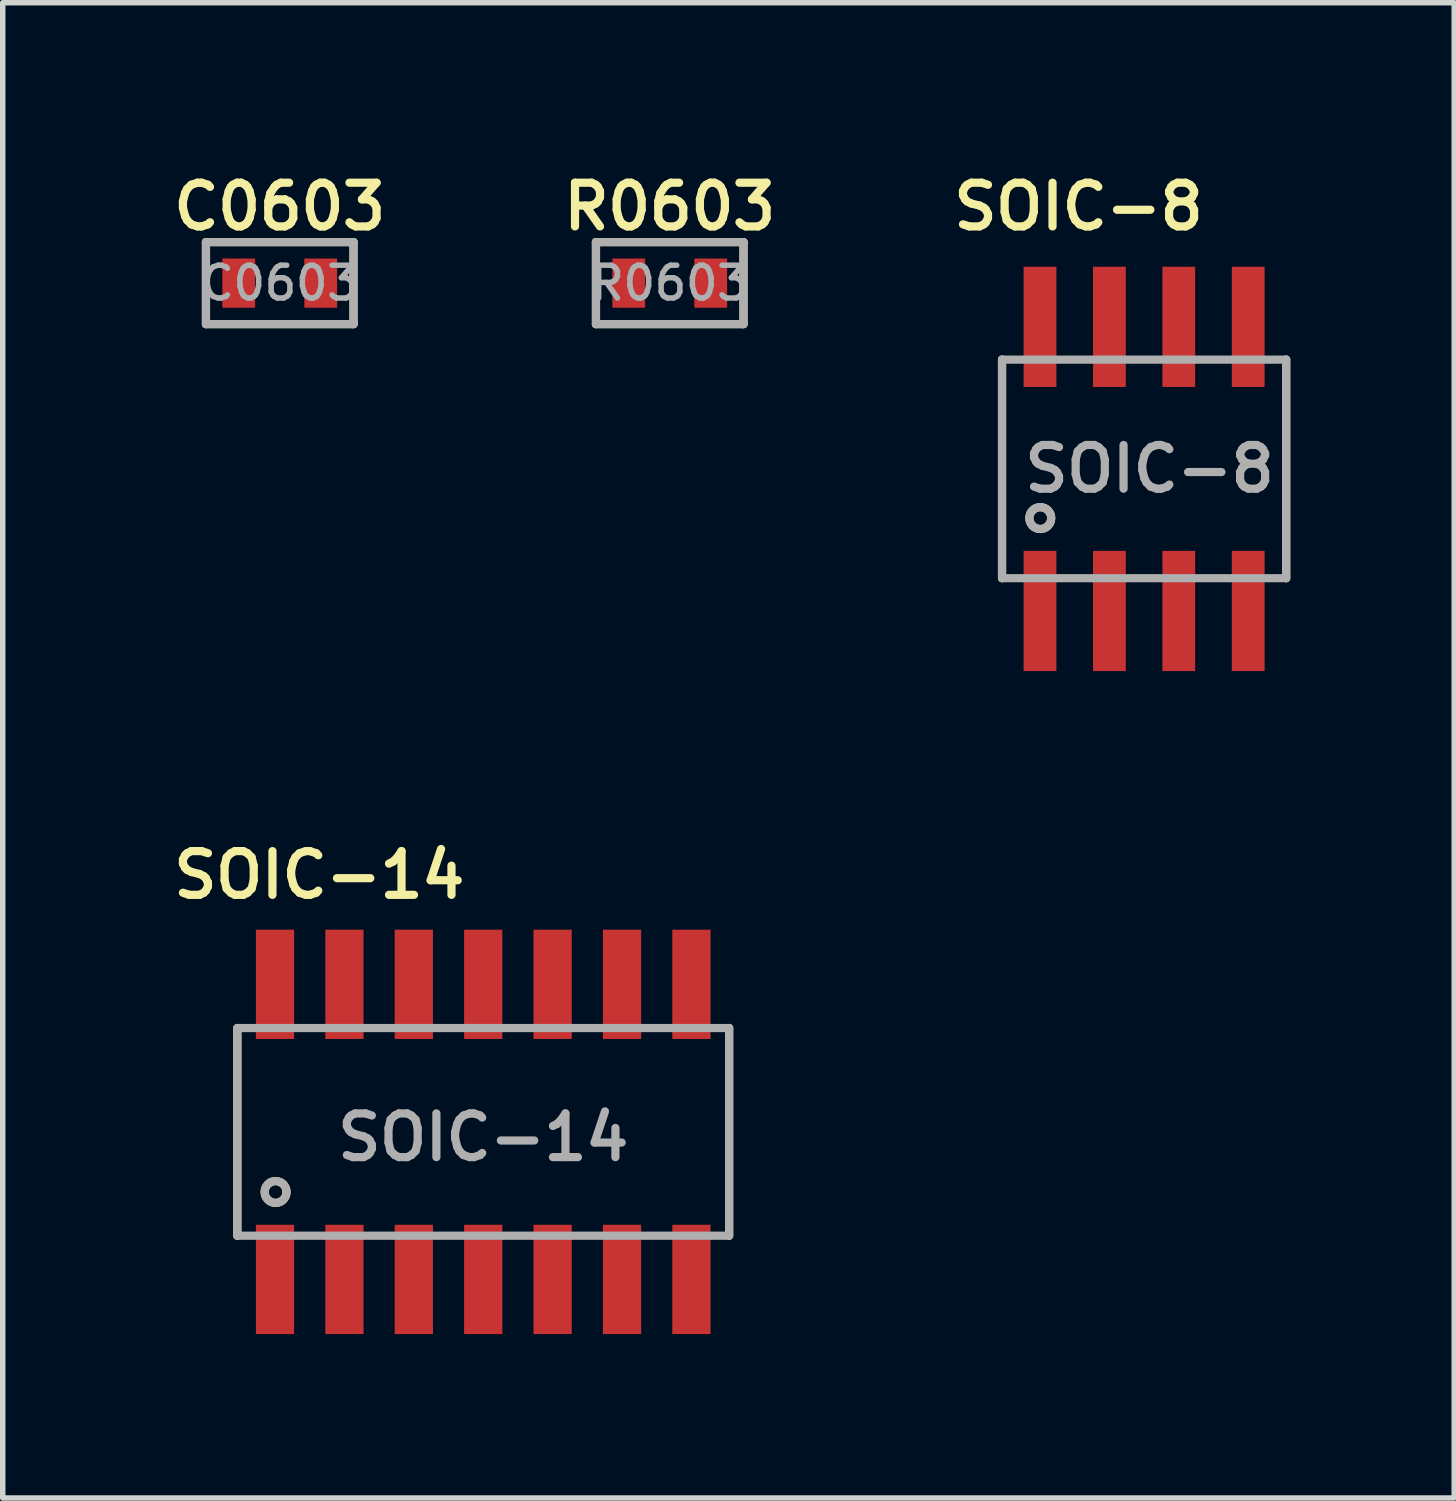
<source format=kicad_pcb>
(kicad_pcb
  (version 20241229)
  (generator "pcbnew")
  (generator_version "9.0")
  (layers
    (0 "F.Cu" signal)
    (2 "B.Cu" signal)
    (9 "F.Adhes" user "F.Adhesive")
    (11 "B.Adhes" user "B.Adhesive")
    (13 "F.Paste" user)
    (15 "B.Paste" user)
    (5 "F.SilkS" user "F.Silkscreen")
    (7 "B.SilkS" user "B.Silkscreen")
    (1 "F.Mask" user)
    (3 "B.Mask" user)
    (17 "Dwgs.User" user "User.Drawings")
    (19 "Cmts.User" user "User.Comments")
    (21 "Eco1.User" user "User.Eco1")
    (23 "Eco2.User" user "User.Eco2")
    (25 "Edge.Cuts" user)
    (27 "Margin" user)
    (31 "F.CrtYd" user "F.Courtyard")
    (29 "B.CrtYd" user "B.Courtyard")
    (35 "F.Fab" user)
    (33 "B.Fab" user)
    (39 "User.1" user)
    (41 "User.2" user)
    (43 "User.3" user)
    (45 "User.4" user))
  (footprint "R0603"
    (layer "F.Cu")
    (at 9.206 2.131)
    (property "Reference" "R0603" (at 0 -1.4 0) (layer "F.SilkS") (effects (font (size 0.8 0.8) (thickness 0.15) (bold yes))))
    (attr smd)
    (fp_line (start -1.35 -0.75) (end -1.35 0.75) (stroke (width 0.15) (type solid)) (layer "F.SilkS"))
    (fp_line (start -1.35 -0.75) (end 1.35 -0.75) (stroke (width 0.15) (type solid)) (layer "F.SilkS"))
    (fp_line (start -1.35 0.75) (end 1.35 0.75) (stroke (width 0.15) (type solid)) (layer "F.SilkS"))
    (fp_line (start 1.35 -0.75) (end 1.35 0.75) (stroke (width 0.15) (type solid)) (layer "F.SilkS"))
    (fp_line (start -1.35 -0.75) (end 1.35 -0.75) (stroke (width 0.15) (type solid)) (layer "F.Fab"))
    (fp_line (start -1.35 0.75) (end -1.35 -0.75) (stroke (width 0.15) (type solid)) (layer "F.Fab"))
    (fp_line (start 1.35 -0.75) (end 1.35 0.75) (stroke (width 0.15) (type solid)) (layer "F.Fab"))
    (fp_line (start 1.35 0.75) (end -1.35 0.75) (stroke (width 0.15) (type solid)) (layer "F.Fab"))
    (fp_text user "${REFERENCE}" (at 0 0 0) (layer "F.Fab") (effects (font (size 0.6 0.6) (thickness 0.1))))
    (pad "1" smd rect (at -0.75 0) (size 0.6 0.9) (layers "F.Cu" "F.Mask" "F.Paste"))
    (pad "2" smd rect (at 0.75 0) (size 0.6 0.9) (layers "F.Cu" "F.Mask" "F.Paste")))
  (footprint "SOIC-8"
    (layer "F.Cu")
    (at 17.887 5.531)
    (property "Reference" "SOIC-8" (at -1.2 -4.8 0) (unlocked yes) (layer "F.SilkS") (effects (font (size 0.8 0.8) (thickness 0.15) (bold yes))))
    (attr smd)
    (fp_line (start -2.6 -2) (end -2.6 2) (stroke (width 0.15) (type default)) (layer "F.SilkS"))
    (fp_line (start 2.6 -2) (end 2.6 2) (stroke (width 0.15) (type default)) (layer "F.SilkS"))
    (fp_circle (center -1.9 0.9) (end -1.7 0.9) (stroke (width 0.15) (type solid)) (fill no) (layer "F.SilkS"))
    (fp_line (start -2.6 -2) (end -2.6 2) (stroke (width 0.15) (type default)) (layer "F.Fab"))
    (fp_line (start -2.6 -2) (end 2.6 -2) (stroke (width 0.15) (type default)) (layer "F.Fab"))
    (fp_line (start -2.6 2) (end 2.6 2) (stroke (width 0.15) (type default)) (layer "F.Fab"))
    (fp_line (start 2.6 -2) (end 2.6 2) (stroke (width 0.15) (type default)) (layer "F.Fab"))
    (fp_circle (center -1.9 0.9) (end -1.7 0.9) (stroke (width 0.15) (type solid)) (fill no) (layer "F.Fab"))
    (fp_text user "${REFERENCE}" (at 0.1 0 0) (unlocked yes) (layer "F.Fab") (effects (font (size 0.8 0.8) (thickness 0.15))))
    (pad "1" smd rect (at -1.905 2.6) (size 0.6 2.2) (layers "F.Cu" "F.Mask" "F.Paste"))
    (pad "2" smd rect (at -0.635 2.6) (size 0.6 2.2) (layers "F.Cu" "F.Mask" "F.Paste"))
    (pad "3" smd rect (at 0.635 2.6) (size 0.6 2.2) (layers "F.Cu" "F.Mask" "F.Paste"))
    (pad "4" smd rect (at 1.905 2.6) (size 0.6 2.2) (layers "F.Cu" "F.Mask" "F.Paste"))
    (pad "5" smd rect (at 1.905 -2.6) (size 0.6 2.2) (layers "F.Cu" "F.Mask" "B.Adhes" "F.Paste"))
    (pad "6" smd rect (at 0.635 -2.6) (size 0.6 2.2) (layers "F.Cu" "F.Mask" "B.Adhes" "F.Paste"))
    (pad "7" smd rect (at -0.635 -2.6) (size 0.6 2.2) (layers "F.Cu" "F.Mask" "B.Adhes" "F.Paste"))
    (pad "8" smd rect (at -1.905 -2.6) (size 0.6 2.2) (layers "F.Cu" "F.Mask" "B.Adhes" "F.Paste")))
  (footprint "SOIC-14"
    (layer "F.Cu")
    (at 5.793 17.663)
    (property "Reference" "SOIC-14" (at -3 -4.7 0) (unlocked yes) (layer "F.SilkS") (effects (font (size 0.8 0.8) (thickness 0.15))))
    (attr smd)
    (fp_line (start -4.5 1.9) (end -4.5 -1.9) (stroke (width 0.15) (type default)) (layer "F.SilkS"))
    (fp_line (start 4.5 1.9) (end 4.5 -1.9) (stroke (width 0.15) (type default)) (layer "F.SilkS"))
    (fp_circle (center -3.8 1.1) (end -3.6 1.1) (stroke (width 0.15) (type solid)) (fill no) (layer "F.SilkS"))
    (fp_line (start -4.5 -1.9) (end 4.5 -1.9) (stroke (width 0.15) (type default)) (layer "F.Fab"))
    (fp_line (start -4.5 1.9) (end -4.5 -1.9) (stroke (width 0.15) (type default)) (layer "F.Fab"))
    (fp_line (start -4.5 1.9) (end 4.5 1.9) (stroke (width 0.15) (type default)) (layer "F.Fab"))
    (fp_line (start 4.5 1.9) (end 4.5 -1.9) (stroke (width 0.15) (type default)) (layer "F.Fab"))
    (fp_circle (center -3.8 1.1) (end -3.6 1.1) (stroke (width 0.15) (type solid)) (fill no) (layer "F.Fab"))
    (fp_text user "${REFERENCE}" (at 0 0.1 0) (unlocked yes) (layer "F.Fab") (effects (font (size 0.8 0.8) (thickness 0.15))))
    (pad "1" smd rect (at -3.81 2.7) (size 0.7 2) (layers "F.Cu" "F.Mask" "F.Paste"))
    (pad "2" smd rect (at -2.54 2.7) (size 0.7 2) (layers "F.Cu" "F.Mask" "F.Paste"))
    (pad "3" smd rect (at -1.27 2.7) (size 0.7 2) (layers "F.Cu" "F.Mask" "F.Paste"))
    (pad "4" smd rect (at 0 2.7) (size 0.7 2) (layers "F.Cu" "F.Mask" "F.Paste"))
    (pad "5" smd rect (at 1.27 2.7) (size 0.7 2) (layers "F.Cu" "F.Mask" "F.Paste"))
    (pad "6" smd rect (at 2.54 2.7) (size 0.7 2) (layers "F.Cu" "F.Mask" "F.Paste"))
    (pad "7" smd rect (at 3.81 2.7) (size 0.7 2) (layers "F.Cu" "F.Mask" "F.Paste"))
    (pad "8" smd rect (at 3.81 -2.7) (size 0.7 2) (layers "F.Cu" "F.Mask" "F.Paste"))
    (pad "9" smd rect (at 2.54 -2.7) (size 0.7 2) (layers "F.Cu" "F.Mask" "F.Paste"))
    (pad "10" smd rect (at 1.27 -2.7) (size 0.7 2) (layers "F.Cu" "F.Mask" "F.Paste"))
    (pad "11" smd rect (at 0 -2.7) (size 0.7 2) (layers "F.Cu" "F.Mask" "F.Paste"))
    (pad "12" smd rect (at -1.27 -2.7) (size 0.7 2) (layers "F.Cu" "F.Mask" "F.Paste"))
    (pad "13" smd rect (at -2.54 -2.7) (size 0.7 2) (layers "F.Cu" "F.Mask" "F.Paste"))
    (pad "14" smd rect (at -3.81 -2.7) (size 0.7 2) (layers "F.Cu" "F.Mask" "F.Paste")))
  (footprint "C0603"
    (layer "F.Cu")
    (at 2.069 2.131)
    (property "Reference" "C0603" (at 0 -1.4 0) (layer "F.SilkS") (effects (font (size 0.8 0.8) (thickness 0.15) (bold yes))))
    (attr smd)
    (fp_line (start -1.35 -0.75) (end -1.35 0.75) (stroke (width 0.15) (type solid)) (layer "F.SilkS"))
    (fp_line (start -1.35 -0.75) (end 1.35 -0.75) (stroke (width 0.15) (type solid)) (layer "F.SilkS"))
    (fp_line (start -1.35 0.75) (end 1.35 0.75) (stroke (width 0.15) (type solid)) (layer "F.SilkS"))
    (fp_line (start 1.35 -0.75) (end 1.35 0.75) (stroke (width 0.15) (type solid)) (layer "F.SilkS"))
    (fp_line (start -1.35 -0.75) (end 1.35 -0.75) (stroke (width 0.15) (type solid)) (layer "F.Fab"))
    (fp_line (start -1.35 0.75) (end -1.35 -0.75) (stroke (width 0.15) (type solid)) (layer "F.Fab"))
    (fp_line (start 1.35 -0.75) (end 1.35 0.75) (stroke (width 0.15) (type solid)) (layer "F.Fab"))
    (fp_line (start 1.35 0.75) (end -1.35 0.75) (stroke (width 0.15) (type solid)) (layer "F.Fab"))
    (fp_text user "${REFERENCE}" (at 0 0 0) (layer "F.Fab") (effects (font (size 0.6 0.6) (thickness 0.1))))
    (pad "1" smd rect (at -0.75 0) (size 0.6 0.9) (layers "F.Cu" "F.Mask" "F.Paste"))
    (pad "2" smd rect (at 0.75 0) (size 0.6 0.9) (layers "F.Cu" "F.Mask" "F.Paste")))
  (gr_rect
    (start -3 -3)
    (end 23.562 24.363)
    (stroke (width 0.1) (type default))
    (fill no)
    (layer "Edge.Cuts")))
</source>
